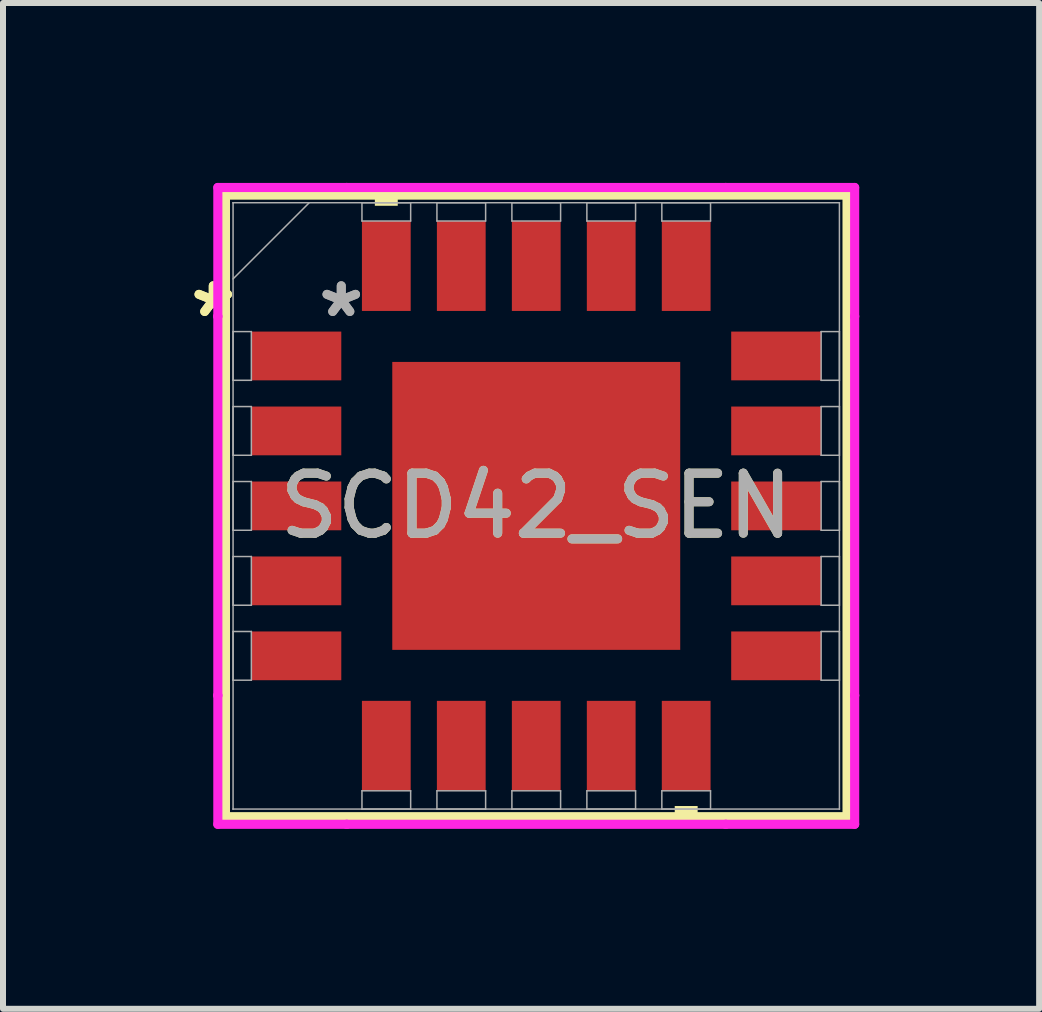
<source format=kicad_pcb>
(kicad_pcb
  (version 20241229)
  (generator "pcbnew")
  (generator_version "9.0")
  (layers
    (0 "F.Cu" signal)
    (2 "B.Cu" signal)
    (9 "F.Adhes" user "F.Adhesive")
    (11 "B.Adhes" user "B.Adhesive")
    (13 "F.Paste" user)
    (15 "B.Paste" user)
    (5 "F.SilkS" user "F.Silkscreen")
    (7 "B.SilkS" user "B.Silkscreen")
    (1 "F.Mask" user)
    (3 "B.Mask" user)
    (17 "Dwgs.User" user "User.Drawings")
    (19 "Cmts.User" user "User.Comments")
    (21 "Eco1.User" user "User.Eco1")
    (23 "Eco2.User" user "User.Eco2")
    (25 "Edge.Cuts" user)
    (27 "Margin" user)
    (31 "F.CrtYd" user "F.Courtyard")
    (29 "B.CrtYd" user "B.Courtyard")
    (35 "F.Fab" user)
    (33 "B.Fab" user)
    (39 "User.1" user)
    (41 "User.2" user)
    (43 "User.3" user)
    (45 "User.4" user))
  (footprint "SCD42_SEN"
    (layer "F.Cu")
    (at 5.891 5.385)
    (property "Reference" "SCD42_SEN" (at 0 0 0) (unlocked yes) (layer "F.SilkS") (effects (font (size 1 1) (thickness 0.15))))
    (attr smd)
    (fp_line (start -5.182 -5.182) (end -5.182 5.182) (stroke (width 0.152) (type solid)) (layer "F.SilkS"))
    (fp_line (start -5.182 5.182) (end 5.182 5.182) (stroke (width 0.152) (type solid)) (layer "F.SilkS"))
    (fp_line (start 5.182 -5.182) (end -5.182 -5.182) (stroke (width 0.152) (type solid)) (layer "F.SilkS"))
    (fp_line (start 5.182 5.182) (end 5.182 -5.182) (stroke (width 0.152) (type solid)) (layer "F.SilkS"))
    (fp_poly (pts (xy -2.691 -5.004) (xy -2.691 -5.258) (xy -2.309 -5.258) (xy -2.309 -5.004)) (stroke (width 0) (type solid)) (fill yes) (layer "F.SilkS"))
    (fp_poly (pts (xy 2.309 5.004) (xy 2.309 5.258) (xy 2.691 5.258) (xy 2.691 5.004)) (stroke (width 0) (type solid)) (fill yes) (layer "F.SilkS"))
    (fp_poly (pts (xy -2.3 -2.3) (xy -2.3 -0.9) (xy -0.9 -0.9) (xy -0.9 -2.3)) (stroke (width 0) (type solid)) (fill yes) (layer "F.Paste"))
    (fp_poly (pts (xy -2.3 -0.7) (xy -2.3 0.7) (xy -0.9 0.7) (xy -0.9 -0.7)) (stroke (width 0) (type solid)) (fill yes) (layer "F.Paste"))
    (fp_poly (pts (xy -2.3 0.9) (xy -2.3 2.3) (xy -0.9 2.3) (xy -0.9 0.9)) (stroke (width 0) (type solid)) (fill yes) (layer "F.Paste"))
    (fp_poly (pts (xy -0.7 -2.3) (xy -0.7 -0.9) (xy 0.7 -0.9) (xy 0.7 -2.3)) (stroke (width 0) (type solid)) (fill yes) (layer "F.Paste"))
    (fp_poly (pts (xy -0.7 -0.7) (xy -0.7 0.7) (xy 0.7 0.7) (xy 0.7 -0.7)) (stroke (width 0) (type solid)) (fill yes) (layer "F.Paste"))
    (fp_poly (pts (xy -0.7 0.9) (xy -0.7 2.3) (xy 0.7 2.3) (xy 0.7 0.9)) (stroke (width 0) (type solid)) (fill yes) (layer "F.Paste"))
    (fp_poly (pts (xy 0.9 -2.3) (xy 0.9 -0.9) (xy 2.3 -0.9) (xy 2.3 -2.3)) (stroke (width 0) (type solid)) (fill yes) (layer "F.Paste"))
    (fp_poly (pts (xy 0.9 -0.7) (xy 0.9 0.7) (xy 2.3 0.7) (xy 2.3 -0.7)) (stroke (width 0) (type solid)) (fill yes) (layer "F.Paste"))
    (fp_poly (pts (xy 0.9 0.9) (xy 0.9 2.3) (xy 2.3 2.3) (xy 2.3 0.9)) (stroke (width 0) (type solid)) (fill yes) (layer "F.Paste"))
    (fp_line (start -5.309 -5.309) (end -3.16 -5.309) (stroke (width 0.152) (type solid)) (layer "F.CrtYd"))
    (fp_line (start -5.309 -3.16) (end -5.309 -5.309) (stroke (width 0.152) (type solid)) (layer "F.CrtYd"))
    (fp_line (start -5.309 -3.16) (end -5.309 -3.16) (stroke (width 0.152) (type solid)) (layer "F.CrtYd"))
    (fp_line (start -5.309 3.16) (end -5.309 -3.16) (stroke (width 0.152) (type solid)) (layer "F.CrtYd"))
    (fp_line (start -5.309 3.16) (end -5.309 3.16) (stroke (width 0.152) (type solid)) (layer "F.CrtYd"))
    (fp_line (start -5.309 5.309) (end -5.309 3.16) (stroke (width 0.152) (type solid)) (layer "F.CrtYd"))
    (fp_line (start -3.16 -5.309) (end -3.16 -5.309) (stroke (width 0.152) (type solid)) (layer "F.CrtYd"))
    (fp_line (start -3.16 -5.309) (end 3.16 -5.309) (stroke (width 0.152) (type solid)) (layer "F.CrtYd"))
    (fp_line (start -3.16 5.309) (end -5.309 5.309) (stroke (width 0.152) (type solid)) (layer "F.CrtYd"))
    (fp_line (start -3.16 5.309) (end -3.16 5.309) (stroke (width 0.152) (type solid)) (layer "F.CrtYd"))
    (fp_line (start 3.16 -5.309) (end 3.16 -5.309) (stroke (width 0.152) (type solid)) (layer "F.CrtYd"))
    (fp_line (start 3.16 -5.309) (end 5.309 -5.309) (stroke (width 0.152) (type solid)) (layer "F.CrtYd"))
    (fp_line (start 3.16 5.309) (end -3.16 5.309) (stroke (width 0.152) (type solid)) (layer "F.CrtYd"))
    (fp_line (start 3.16 5.309) (end 3.16 5.309) (stroke (width 0.152) (type solid)) (layer "F.CrtYd"))
    (fp_line (start 5.309 -5.309) (end 5.309 -3.16) (stroke (width 0.152) (type solid)) (layer "F.CrtYd"))
    (fp_line (start 5.309 -3.16) (end 5.309 -3.16) (stroke (width 0.152) (type solid)) (layer "F.CrtYd"))
    (fp_line (start 5.309 -3.16) (end 5.309 3.16) (stroke (width 0.152) (type solid)) (layer "F.CrtYd"))
    (fp_line (start 5.309 3.16) (end 5.309 3.16) (stroke (width 0.152) (type solid)) (layer "F.CrtYd"))
    (fp_line (start 5.309 3.16) (end 5.309 5.309) (stroke (width 0.152) (type solid)) (layer "F.CrtYd"))
    (fp_line (start 5.309 5.309) (end 3.16 5.309) (stroke (width 0.152) (type solid)) (layer "F.CrtYd"))
    (fp_line (start -5.055 -5.055) (end -5.055 -5.055) (stroke (width 0.025) (type solid)) (layer "F.Fab"))
    (fp_line (start -5.055 -5.055) (end -5.055 5.055) (stroke (width 0.025) (type solid)) (layer "F.Fab"))
    (fp_line (start -5.055 -3.785) (end -3.785 -5.055) (stroke (width 0.025) (type solid)) (layer "F.Fab"))
    (fp_line (start -5.055 -2.906) (end -4.75 -2.906) (stroke (width 0.025) (type solid)) (layer "F.Fab"))
    (fp_line (start -5.055 -2.094) (end -5.055 -2.906) (stroke (width 0.025) (type solid)) (layer "F.Fab"))
    (fp_line (start -5.055 -1.656) (end -4.75 -1.656) (stroke (width 0.025) (type solid)) (layer "F.Fab"))
    (fp_line (start -5.055 -0.844) (end -5.055 -1.656) (stroke (width 0.025) (type solid)) (layer "F.Fab"))
    (fp_line (start -5.055 -0.406) (end -4.75 -0.406) (stroke (width 0.025) (type solid)) (layer "F.Fab"))
    (fp_line (start -5.055 0.406) (end -5.055 -0.406) (stroke (width 0.025) (type solid)) (layer "F.Fab"))
    (fp_line (start -5.055 0.844) (end -4.75 0.844) (stroke (width 0.025) (type solid)) (layer "F.Fab"))
    (fp_line (start -5.055 1.656) (end -5.055 0.844) (stroke (width 0.025) (type solid)) (layer "F.Fab"))
    (fp_line (start -5.055 2.094) (end -4.75 2.094) (stroke (width 0.025) (type solid)) (layer "F.Fab"))
    (fp_line (start -5.055 2.906) (end -5.055 2.094) (stroke (width 0.025) (type solid)) (layer "F.Fab"))
    (fp_line (start -5.055 5.055) (end -5.055 5.055) (stroke (width 0.025) (type solid)) (layer "F.Fab"))
    (fp_line (start -5.055 5.055) (end 5.055 5.055) (stroke (width 0.025) (type solid)) (layer "F.Fab"))
    (fp_line (start -4.75 -2.906) (end -4.75 -2.094) (stroke (width 0.025) (type solid)) (layer "F.Fab"))
    (fp_line (start -4.75 -2.094) (end -5.055 -2.094) (stroke (width 0.025) (type solid)) (layer "F.Fab"))
    (fp_line (start -4.75 -1.656) (end -4.75 -0.844) (stroke (width 0.025) (type solid)) (layer "F.Fab"))
    (fp_line (start -4.75 -0.844) (end -5.055 -0.844) (stroke (width 0.025) (type solid)) (layer "F.Fab"))
    (fp_line (start -4.75 -0.406) (end -4.75 0.406) (stroke (width 0.025) (type solid)) (layer "F.Fab"))
    (fp_line (start -4.75 0.406) (end -5.055 0.406) (stroke (width 0.025) (type solid)) (layer "F.Fab"))
    (fp_line (start -4.75 0.844) (end -4.75 1.656) (stroke (width 0.025) (type solid)) (layer "F.Fab"))
    (fp_line (start -4.75 1.656) (end -5.055 1.656) (stroke (width 0.025) (type solid)) (layer "F.Fab"))
    (fp_line (start -4.75 2.094) (end -4.75 2.906) (stroke (width 0.025) (type solid)) (layer "F.Fab"))
    (fp_line (start -4.75 2.906) (end -5.055 2.906) (stroke (width 0.025) (type solid)) (layer "F.Fab"))
    (fp_line (start -2.906 -5.055) (end -2.094 -5.055) (stroke (width 0.025) (type solid)) (layer "F.Fab"))
    (fp_line (start -2.906 -4.75) (end -2.906 -5.055) (stroke (width 0.025) (type solid)) (layer "F.Fab"))
    (fp_line (start -2.906 4.75) (end -2.094 4.75) (stroke (width 0.025) (type solid)) (layer "F.Fab"))
    (fp_line (start -2.906 5.055) (end -2.906 4.75) (stroke (width 0.025) (type solid)) (layer "F.Fab"))
    (fp_line (start -2.094 -5.055) (end -2.094 -4.75) (stroke (width 0.025) (type solid)) (layer "F.Fab"))
    (fp_line (start -2.094 -4.75) (end -2.906 -4.75) (stroke (width 0.025) (type solid)) (layer "F.Fab"))
    (fp_line (start -2.094 4.75) (end -2.094 5.055) (stroke (width 0.025) (type solid)) (layer "F.Fab"))
    (fp_line (start -2.094 5.055) (end -2.906 5.055) (stroke (width 0.025) (type solid)) (layer "F.Fab"))
    (fp_line (start -1.656 -5.055) (end -0.844 -5.055) (stroke (width 0.025) (type solid)) (layer "F.Fab"))
    (fp_line (start -1.656 -4.75) (end -1.656 -5.055) (stroke (width 0.025) (type solid)) (layer "F.Fab"))
    (fp_line (start -1.656 4.75) (end -0.844 4.75) (stroke (width 0.025) (type solid)) (layer "F.Fab"))
    (fp_line (start -1.656 5.055) (end -1.656 4.75) (stroke (width 0.025) (type solid)) (layer "F.Fab"))
    (fp_line (start -0.844 -5.055) (end -0.844 -4.75) (stroke (width 0.025) (type solid)) (layer "F.Fab"))
    (fp_line (start -0.844 -4.75) (end -1.656 -4.75) (stroke (width 0.025) (type solid)) (layer "F.Fab"))
    (fp_line (start -0.844 4.75) (end -0.844 5.055) (stroke (width 0.025) (type solid)) (layer "F.Fab"))
    (fp_line (start -0.844 5.055) (end -1.656 5.055) (stroke (width 0.025) (type solid)) (layer "F.Fab"))
    (fp_line (start -0.406 -5.055) (end 0.406 -5.055) (stroke (width 0.025) (type solid)) (layer "F.Fab"))
    (fp_line (start -0.406 -4.75) (end -0.406 -5.055) (stroke (width 0.025) (type solid)) (layer "F.Fab"))
    (fp_line (start -0.406 4.75) (end 0.406 4.75) (stroke (width 0.025) (type solid)) (layer "F.Fab"))
    (fp_line (start -0.406 5.055) (end -0.406 4.75) (stroke (width 0.025) (type solid)) (layer "F.Fab"))
    (fp_line (start 0.406 -5.055) (end 0.406 -4.75) (stroke (width 0.025) (type solid)) (layer "F.Fab"))
    (fp_line (start 0.406 -4.75) (end -0.406 -4.75) (stroke (width 0.025) (type solid)) (layer "F.Fab"))
    (fp_line (start 0.406 4.75) (end 0.406 5.055) (stroke (width 0.025) (type solid)) (layer "F.Fab"))
    (fp_line (start 0.406 5.055) (end -0.406 5.055) (stroke (width 0.025) (type solid)) (layer "F.Fab"))
    (fp_line (start 0.844 -5.055) (end 1.656 -5.055) (stroke (width 0.025) (type solid)) (layer "F.Fab"))
    (fp_line (start 0.844 -4.75) (end 0.844 -5.055) (stroke (width 0.025) (type solid)) (layer "F.Fab"))
    (fp_line (start 0.844 4.75) (end 1.656 4.75) (stroke (width 0.025) (type solid)) (layer "F.Fab"))
    (fp_line (start 0.844 5.055) (end 0.844 4.75) (stroke (width 0.025) (type solid)) (layer "F.Fab"))
    (fp_line (start 1.656 -5.055) (end 1.656 -4.75) (stroke (width 0.025) (type solid)) (layer "F.Fab"))
    (fp_line (start 1.656 -4.75) (end 0.844 -4.75) (stroke (width 0.025) (type solid)) (layer "F.Fab"))
    (fp_line (start 1.656 4.75) (end 1.656 5.055) (stroke (width 0.025) (type solid)) (layer "F.Fab"))
    (fp_line (start 1.656 5.055) (end 0.844 5.055) (stroke (width 0.025) (type solid)) (layer "F.Fab"))
    (fp_line (start 2.094 -5.055) (end 2.906 -5.055) (stroke (width 0.025) (type solid)) (layer "F.Fab"))
    (fp_line (start 2.094 -4.75) (end 2.094 -5.055) (stroke (width 0.025) (type solid)) (layer "F.Fab"))
    (fp_line (start 2.094 4.75) (end 2.906 4.75) (stroke (width 0.025) (type solid)) (layer "F.Fab"))
    (fp_line (start 2.094 5.055) (end 2.094 4.75) (stroke (width 0.025) (type solid)) (layer "F.Fab"))
    (fp_line (start 2.906 -5.055) (end 2.906 -4.75) (stroke (width 0.025) (type solid)) (layer "F.Fab"))
    (fp_line (start 2.906 -4.75) (end 2.094 -4.75) (stroke (width 0.025) (type solid)) (layer "F.Fab"))
    (fp_line (start 2.906 4.75) (end 2.906 5.055) (stroke (width 0.025) (type solid)) (layer "F.Fab"))
    (fp_line (start 2.906 5.055) (end 2.094 5.055) (stroke (width 0.025) (type solid)) (layer "F.Fab"))
    (fp_line (start 4.75 -2.906) (end 5.055 -2.906) (stroke (width 0.025) (type solid)) (layer "F.Fab"))
    (fp_line (start 4.75 -2.094) (end 4.75 -2.906) (stroke (width 0.025) (type solid)) (layer "F.Fab"))
    (fp_line (start 4.75 -1.656) (end 5.055 -1.656) (stroke (width 0.025) (type solid)) (layer "F.Fab"))
    (fp_line (start 4.75 -0.844) (end 4.75 -1.656) (stroke (width 0.025) (type solid)) (layer "F.Fab"))
    (fp_line (start 4.75 -0.406) (end 5.055 -0.406) (stroke (width 0.025) (type solid)) (layer "F.Fab"))
    (fp_line (start 4.75 0.406) (end 4.75 -0.406) (stroke (width 0.025) (type solid)) (layer "F.Fab"))
    (fp_line (start 4.75 0.844) (end 5.055 0.844) (stroke (width 0.025) (type solid)) (layer "F.Fab"))
    (fp_line (start 4.75 1.656) (end 4.75 0.844) (stroke (width 0.025) (type solid)) (layer "F.Fab"))
    (fp_line (start 4.75 2.094) (end 5.055 2.094) (stroke (width 0.025) (type solid)) (layer "F.Fab"))
    (fp_line (start 4.75 2.906) (end 4.75 2.094) (stroke (width 0.025) (type solid)) (layer "F.Fab"))
    (fp_line (start 5.055 -5.055) (end -5.055 -5.055) (stroke (width 0.025) (type solid)) (layer "F.Fab"))
    (fp_line (start 5.055 -5.055) (end 5.055 -5.055) (stroke (width 0.025) (type solid)) (layer "F.Fab"))
    (fp_line (start 5.055 -2.906) (end 5.055 -2.094) (stroke (width 0.025) (type solid)) (layer "F.Fab"))
    (fp_line (start 5.055 -2.094) (end 4.75 -2.094) (stroke (width 0.025) (type solid)) (layer "F.Fab"))
    (fp_line (start 5.055 -1.656) (end 5.055 -0.844) (stroke (width 0.025) (type solid)) (layer "F.Fab"))
    (fp_line (start 5.055 -0.844) (end 4.75 -0.844) (stroke (width 0.025) (type solid)) (layer "F.Fab"))
    (fp_line (start 5.055 -0.406) (end 5.055 0.406) (stroke (width 0.025) (type solid)) (layer "F.Fab"))
    (fp_line (start 5.055 0.406) (end 4.75 0.406) (stroke (width 0.025) (type solid)) (layer "F.Fab"))
    (fp_line (start 5.055 0.844) (end 5.055 1.656) (stroke (width 0.025) (type solid)) (layer "F.Fab"))
    (fp_line (start 5.055 1.656) (end 4.75 1.656) (stroke (width 0.025) (type solid)) (layer "F.Fab"))
    (fp_line (start 5.055 2.094) (end 5.055 2.906) (stroke (width 0.025) (type solid)) (layer "F.Fab"))
    (fp_line (start 5.055 2.906) (end 4.75 2.906) (stroke (width 0.025) (type solid)) (layer "F.Fab"))
    (fp_line (start 5.055 5.055) (end 5.055 -5.055) (stroke (width 0.025) (type solid)) (layer "F.Fab"))
    (fp_line (start 5.055 5.055) (end 5.055 5.055) (stroke (width 0.025) (type solid)) (layer "F.Fab"))
    (fp_text user "*" (at -5.385 -3.125 0) (layer "F.SilkS") (effects (font (size 1 1) (thickness 0.15))))
    (fp_text user "*" (at -5.385 -3.125 0) (unlocked yes) (layer "F.SilkS") (effects (font (size 1 1) (thickness 0.15))))
    (fp_text user "*" (at -3.251 -3.125 0) (unlocked yes) (layer "F.Fab") (effects (font (size 1 1) (thickness 0.15))))
    (fp_text user "*" (at -3.251 -3.125 0) (layer "F.Fab") (effects (font (size 1 1) (thickness 0.15))))
    (fp_text user "${REFERENCE}" (at 0 0 0) (unlocked yes) (layer "F.Fab") (effects (font (size 1 1) (thickness 0.15))))
    (pad "1" smd rect (at -4 -2.5 90) (size 0.813 1.499) (layers "F.Cu" "F.Mask" "F.Paste"))
    (pad "2" smd rect (at -4 -1.25 90) (size 0.813 1.499) (layers "F.Cu" "F.Mask" "F.Paste"))
    (pad "3" smd rect (at -4 0 90) (size 0.813 1.499) (layers "F.Cu" "F.Mask" "F.Paste"))
    (pad "4" smd rect (at -4 1.25 90) (size 0.813 1.499) (layers "F.Cu" "F.Mask" "F.Paste"))
    (pad "5" smd rect (at -4 2.5 90) (size 0.813 1.499) (layers "F.Cu" "F.Mask" "F.Paste"))
    (pad "6" smd rect (at -2.5 4) (size 0.813 1.499) (layers "F.Cu" "F.Mask" "F.Paste"))
    (pad "7" smd rect (at -1.25 4) (size 0.813 1.499) (layers "F.Cu" "F.Mask" "F.Paste"))
    (pad "8" smd rect (at 0 4) (size 0.813 1.499) (layers "F.Cu" "F.Mask" "F.Paste"))
    (pad "9" smd rect (at 1.25 4) (size 0.813 1.499) (layers "F.Cu" "F.Mask" "F.Paste"))
    (pad "10" smd rect (at 2.5 4) (size 0.813 1.499) (layers "F.Cu" "F.Mask" "F.Paste"))
    (pad "11" smd rect (at 4 2.5 90) (size 0.813 1.499) (layers "F.Cu" "F.Mask" "F.Paste"))
    (pad "12" smd rect (at 4 1.25 90) (size 0.813 1.499) (layers "F.Cu" "F.Mask" "F.Paste"))
    (pad "13" smd rect (at 4 0 90) (size 0.813 1.499) (layers "F.Cu" "F.Mask" "F.Paste"))
    (pad "14" smd rect (at 4 -1.25 90) (size 0.813 1.499) (layers "F.Cu" "F.Mask" "F.Paste"))
    (pad "15" smd rect (at 4 -2.5 90) (size 0.813 1.499) (layers "F.Cu" "F.Mask" "F.Paste"))
    (pad "16" smd rect (at 2.5 -4) (size 0.813 1.499) (layers "F.Cu" "F.Mask" "F.Paste"))
    (pad "17" smd rect (at 1.25 -4) (size 0.813 1.499) (layers "F.Cu" "F.Mask" "F.Paste"))
    (pad "18" smd rect (at 0 -4) (size 0.813 1.499) (layers "F.Cu" "F.Mask" "F.Paste"))
    (pad "19" smd rect (at -1.25 -4) (size 0.813 1.499) (layers "F.Cu" "F.Mask" "F.Paste"))
    (pad "20" smd rect (at -2.5 -4) (size 0.813 1.499) (layers "F.Cu" "F.Mask" "F.Paste"))
    (pad "21" smd rect (at 0 0) (size 4.801 4.801) (layers "F.Cu" "F.Mask" "F.Paste")))
  (gr_rect
    (start -3 -3)
    (end 14.276 13.77)
    (stroke (width 0.1) (type default))
    (fill no)
    (layer "Edge.Cuts")))
</source>
